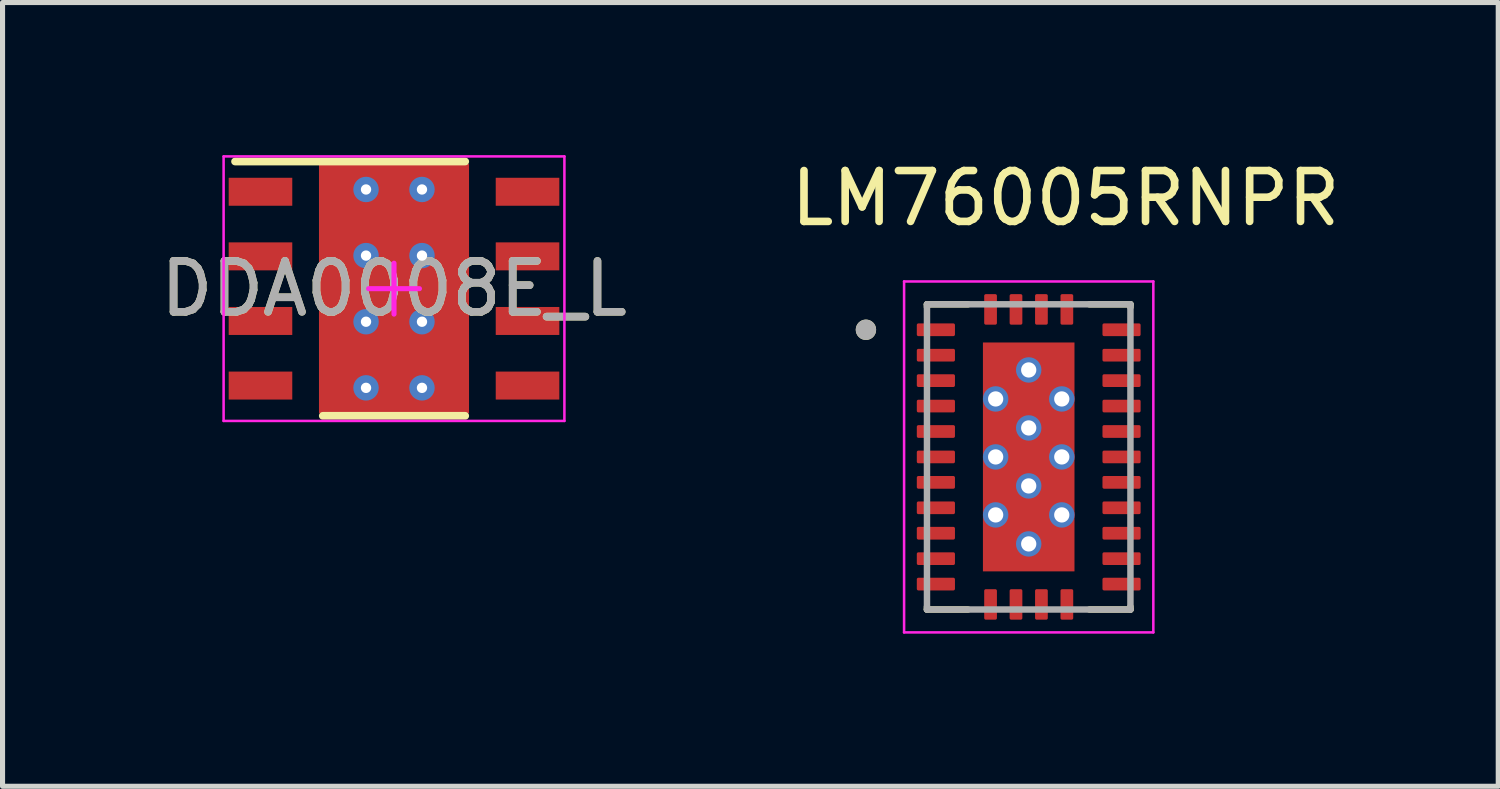
<source format=kicad_pcb>
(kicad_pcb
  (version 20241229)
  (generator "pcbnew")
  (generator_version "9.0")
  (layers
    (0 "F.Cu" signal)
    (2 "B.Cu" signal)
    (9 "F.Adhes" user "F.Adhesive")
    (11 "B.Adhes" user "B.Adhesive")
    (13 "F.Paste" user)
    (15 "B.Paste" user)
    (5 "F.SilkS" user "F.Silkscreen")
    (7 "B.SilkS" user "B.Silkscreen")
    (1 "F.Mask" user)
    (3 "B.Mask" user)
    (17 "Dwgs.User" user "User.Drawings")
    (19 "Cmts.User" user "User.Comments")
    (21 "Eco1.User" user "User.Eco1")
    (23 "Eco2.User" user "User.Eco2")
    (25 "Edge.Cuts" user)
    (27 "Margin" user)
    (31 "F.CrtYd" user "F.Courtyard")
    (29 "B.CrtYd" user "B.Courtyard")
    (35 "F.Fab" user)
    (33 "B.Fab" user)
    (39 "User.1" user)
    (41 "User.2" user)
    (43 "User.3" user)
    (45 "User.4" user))
  (footprint "DDA0008E_L"
    (layer "F.Cu")
    (at 4.696 2.625)
    (property "Reference" "DDA0008E_L" (at 0 0 0) (unlocked yes) (layer "F.SilkS") (effects (font (size 1 1) (thickness 0.15))))
    (attr smd)
    (fp_poly (pts (xy -1.2 1.502) (xy -1.2 -1.502) (xy -1.199 -1.511) (xy -1.196 -1.52) (xy -1.192 -1.529) (xy -1.186 -1.536) (xy -1.179 -1.542) (xy -1.17 -1.546) (xy -1.161 -1.549) (xy -1.152 -1.55) (xy 1.152 -1.55) (xy 1.161 -1.549) (xy 1.17 -1.546) (xy 1.179 -1.542) (xy 1.186 -1.536) (xy 1.192 -1.529) (xy 1.196 -1.52) (xy 1.199 -1.511) (xy 1.2 -1.502) (xy 1.2 1.502) (xy 1.199 1.511) (xy 1.196 1.52) (xy 1.192 1.529) (xy 1.186 1.536) (xy 1.179 1.542) (xy 1.17 1.546) (xy 1.161 1.549) (xy 1.152 1.55) (xy -1.152 1.55) (xy -1.161 1.549) (xy -1.17 1.546) (xy -1.179 1.542) (xy -1.186 1.536) (xy -1.192 1.529) (xy -1.196 1.52) (xy -1.199 1.511)) (stroke (width 0) (type solid)) (fill yes) (layer "F.Mask"))
    (fp_line (start -3.125 -2.5) (end 1.4 -2.5) (stroke (width 0.152) (type solid)) (layer "F.SilkS"))
    (fp_line (start -1.4 2.5) (end 1.4 2.5) (stroke (width 0.152) (type solid)) (layer "F.SilkS"))
    (fp_poly (pts (xy -1.2 1.502) (xy -1.2 -1.502) (xy -1.199 -1.511) (xy -1.196 -1.52) (xy -1.192 -1.529) (xy -1.186 -1.536) (xy -1.179 -1.542) (xy -1.17 -1.546) (xy -1.161 -1.549) (xy -1.152 -1.55) (xy 1.152 -1.55) (xy 1.161 -1.549) (xy 1.17 -1.546) (xy 1.179 -1.542) (xy 1.186 -1.536) (xy 1.192 -1.529) (xy 1.196 -1.52) (xy 1.199 -1.511) (xy 1.2 -1.502) (xy 1.2 1.502) (xy 1.199 1.511) (xy 1.196 1.52) (xy 1.192 1.529) (xy 1.186 1.536) (xy 1.179 1.542) (xy 1.17 1.546) (xy 1.161 1.549) (xy 1.152 1.55) (xy -1.152 1.55) (xy -1.161 1.549) (xy -1.17 1.546) (xy -1.179 1.542) (xy -1.186 1.536) (xy -1.192 1.529) (xy -1.196 1.52) (xy -1.199 1.511)) (stroke (width 0) (type solid)) (fill yes) (layer "F.Paste"))
    (fp_line (start -3.35 -2.6) (end 3.35 -2.6) (stroke (width 0.05) (type solid)) (layer "F.CrtYd"))
    (fp_line (start -3.35 2.6) (end -3.35 -2.6) (stroke (width 0.05) (type solid)) (layer "F.CrtYd"))
    (fp_line (start -3.35 2.6) (end 3.35 2.6) (stroke (width 0.05) (type solid)) (layer "F.CrtYd"))
    (fp_line (start -0.5 0) (end 0.5 0) (stroke (width 0.1) (type solid)) (layer "F.CrtYd"))
    (fp_line (start 0 0.5) (end 0 -0.5) (stroke (width 0.1) (type solid)) (layer "F.CrtYd"))
    (fp_line (start 3.35 2.6) (end 3.35 -2.6) (stroke (width 0.05) (type solid)) (layer "F.CrtYd"))
    (fp_text user "${REFERENCE}" (at 0 0 0) (unlocked yes) (layer "F.Fab") (effects (font (size 1 1) (thickness 0.15))))
    (pad "1" smd rect (at -2.625 -1.905 90) (size 0.55 1.25) (layers "F.Cu" "F.Mask" "F.Paste"))
    (pad "2" smd rect (at -2.625 -0.635 90) (size 0.55 1.25) (layers "F.Cu" "F.Mask" "F.Paste"))
    (pad "3" smd rect (at -2.625 0.635 90) (size 0.55 1.25) (layers "F.Cu" "F.Mask" "F.Paste"))
    (pad "4" smd rect (at -2.625 1.905 90) (size 0.55 1.25) (layers "F.Cu" "F.Mask" "F.Paste"))
    (pad "5" smd rect (at 2.625 1.905 90) (size 0.55 1.25) (layers "F.Cu" "F.Mask" "F.Paste"))
    (pad "6" smd rect (at 2.625 0.635 90) (size 0.55 1.25) (layers "F.Cu" "F.Mask" "F.Paste"))
    (pad "7" smd rect (at 2.625 -0.635 90) (size 0.55 1.25) (layers "F.Cu" "F.Mask" "F.Paste"))
    (pad "8" smd rect (at 2.625 -1.905 90) (size 0.55 1.25) (layers "F.Cu" "F.Mask" "F.Paste"))
    (pad "9" smd rect (at 0 0) (size 2.95 4.9) (layers "F.Cu"))
    (pad "10" thru_hole circle (at 0.55 1.95) (size 0.5 0.5) (drill 0.203) (layers "*.Cu" "*.Mask"))
    (pad "11" thru_hole circle (at -0.55 1.95) (size 0.5 0.5) (drill 0.203) (layers "*.Cu" "*.Mask"))
    (pad "12" thru_hole circle (at -0.55 -1.95) (size 0.5 0.5) (drill 0.203) (layers "*.Cu" "*.Mask"))
    (pad "13" thru_hole circle (at 0.55 -1.95) (size 0.5 0.5) (drill 0.203) (layers "*.Cu" "*.Mask"))
    (pad "14" thru_hole circle (at 0.55 0.65) (size 0.5 0.5) (drill 0.203) (layers "*.Cu" "*.Mask"))
    (pad "15" thru_hole circle (at -0.55 0.65) (size 0.5 0.5) (drill 0.203) (layers "*.Cu" "*.Mask"))
    (pad "16" thru_hole circle (at 0.55 -0.65) (size 0.5 0.5) (drill 0.203) (layers "*.Cu" "*.Mask"))
    (pad "17" thru_hole circle (at -0.55 -0.65) (size 0.5 0.5) (drill 0.203) (layers "*.Cu" "*.Mask")))
  (footprint "LM76005RNPR"
    (layer "F.Cu")
    (at 17.174 5.933)
    (property "Reference" "LM76005RNPR" (at 0.725 -5.085 0) (layer "F.SilkS") (effects (font (size 1 1) (thickness 0.15))))
    (attr smd)
    (fp_line (start -2 -2.945) (end -2 -3) (stroke (width 0.127) (type solid)) (layer "F.SilkS"))
    (fp_line (start -2 3) (end -2 2.945) (stroke (width 0.127) (type solid)) (layer "F.SilkS"))
    (fp_line (start -1.195 -3) (end -2 -3) (stroke (width 0.127) (type solid)) (layer "F.SilkS"))
    (fp_line (start -1.195 3) (end -2 3) (stroke (width 0.127) (type solid)) (layer "F.SilkS"))
    (fp_line (start 2 -3) (end 1.195 -3) (stroke (width 0.127) (type solid)) (layer "F.SilkS"))
    (fp_line (start 2 -2.945) (end 2 -3) (stroke (width 0.127) (type solid)) (layer "F.SilkS"))
    (fp_line (start 2 3) (end 1.195 3) (stroke (width 0.127) (type solid)) (layer "F.SilkS"))
    (fp_line (start 2 3) (end 2 2.945) (stroke (width 0.127) (type solid)) (layer "F.SilkS"))
    (fp_circle (center -3.2 -2.5) (end -3.1 -2.5) (stroke (width 0.2) (type solid)) (fill no) (layer "F.SilkS"))
    (fp_poly (pts (xy -0.9 0.1) (xy -0.1 0.1) (xy -0.1 1.04) (xy -0.9 1.04)) (stroke (width 0.01) (type solid)) (fill yes) (layer "F.Paste"))
    (fp_poly (pts (xy -0.9 1.24) (xy -0.1 1.24) (xy -0.1 2.18) (xy -0.9 2.18)) (stroke (width 0.01) (type solid)) (fill yes) (layer "F.Paste"))
    (fp_poly (pts (xy -0.89 -2.18) (xy -0.09 -2.18) (xy -0.09 -1.24) (xy -0.89 -1.24)) (stroke (width 0.01) (type solid)) (fill yes) (layer "F.Paste"))
    (fp_poly (pts (xy -0.89 -1.04) (xy -0.09 -1.04) (xy -0.09 -0.1) (xy -0.89 -0.1)) (stroke (width 0.01) (type solid)) (fill yes) (layer "F.Paste"))
    (fp_poly (pts (xy 0.1 0.1) (xy 0.9 0.1) (xy 0.9 1.04) (xy 0.1 1.04)) (stroke (width 0.01) (type solid)) (fill yes) (layer "F.Paste"))
    (fp_poly (pts (xy 0.1 1.24) (xy 0.9 1.24) (xy 0.9 2.18) (xy 0.1 2.18)) (stroke (width 0.01) (type solid)) (fill yes) (layer "F.Paste"))
    (fp_poly (pts (xy 0.11 -2.18) (xy 0.91 -2.18) (xy 0.91 -1.24) (xy 0.11 -1.24)) (stroke (width 0.01) (type solid)) (fill yes) (layer "F.Paste"))
    (fp_poly (pts (xy 0.11 -1.04) (xy 0.91 -1.04) (xy 0.91 -0.1) (xy 0.11 -0.1)) (stroke (width 0.01) (type solid)) (fill yes) (layer "F.Paste"))
    (fp_line (start -2.45 -3.45) (end -2.45 3.45) (stroke (width 0.05) (type solid)) (layer "F.CrtYd"))
    (fp_line (start -2.45 3.45) (end 2.45 3.45) (stroke (width 0.05) (type solid)) (layer "F.CrtYd"))
    (fp_line (start 2.45 -3.45) (end -2.45 -3.45) (stroke (width 0.05) (type solid)) (layer "F.CrtYd"))
    (fp_line (start 2.45 3.45) (end 2.45 -3.45) (stroke (width 0.05) (type solid)) (layer "F.CrtYd"))
    (fp_line (start -2 3) (end -2 -3) (stroke (width 0.127) (type solid)) (layer "F.Fab"))
    (fp_line (start 2 -3) (end -2 -3) (stroke (width 0.127) (type solid)) (layer "F.Fab"))
    (fp_line (start 2 3) (end -2 3) (stroke (width 0.127) (type solid)) (layer "F.Fab"))
    (fp_line (start 2 3) (end 2 -3) (stroke (width 0.127) (type solid)) (layer "F.Fab"))
    (fp_circle (center -3.2 -2.5) (end -3.1 -2.5) (stroke (width 0.2) (type solid)) (fill no) (layer "F.Fab"))
    (pad "1" smd roundrect (at -1.825 -2.5) (size 0.75 0.25) (layers "F.Cu" "F.Mask" "F.Paste") (roundrect_rratio 0.125))
    (pad "2" smd roundrect (at -1.825 -2) (size 0.75 0.25) (layers "F.Cu" "F.Mask" "F.Paste") (roundrect_rratio 0.125))
    (pad "3" smd roundrect (at -1.825 -1.5) (size 0.75 0.25) (layers "F.Cu" "F.Mask" "F.Paste") (roundrect_rratio 0.125))
    (pad "4" smd roundrect (at -1.825 -1) (size 0.75 0.25) (layers "F.Cu" "F.Mask" "F.Paste") (roundrect_rratio 0.125))
    (pad "5" smd roundrect (at -1.825 -0.5) (size 0.75 0.25) (layers "F.Cu" "F.Mask" "F.Paste") (roundrect_rratio 0.125))
    (pad "6" smd roundrect (at -1.825 0) (size 0.75 0.25) (layers "F.Cu" "F.Mask" "F.Paste") (roundrect_rratio 0.125))
    (pad "7" smd roundrect (at -1.825 0.5) (size 0.75 0.25) (layers "F.Cu" "F.Mask" "F.Paste") (roundrect_rratio 0.125))
    (pad "8" smd roundrect (at -1.825 1) (size 0.75 0.25) (layers "F.Cu" "F.Mask" "F.Paste") (roundrect_rratio 0.125))
    (pad "9" smd roundrect (at -1.825 1.5) (size 0.75 0.25) (layers "F.Cu" "F.Mask" "F.Paste") (roundrect_rratio 0.125))
    (pad "10" smd roundrect (at -1.825 2) (size 0.75 0.25) (layers "F.Cu" "F.Mask" "F.Paste") (roundrect_rratio 0.125))
    (pad "11" smd roundrect (at -1.825 2.5) (size 0.75 0.25) (layers "F.Cu" "F.Mask" "F.Paste") (roundrect_rratio 0.125))
    (pad "12" smd roundrect (at -0.75 2.9) (size 0.25 0.6) (layers "F.Cu" "F.Mask" "F.Paste") (roundrect_rratio 0.125))
    (pad "13" smd roundrect (at -0.25 2.9) (size 0.25 0.6) (layers "F.Cu" "F.Mask" "F.Paste") (roundrect_rratio 0.125))
    (pad "14" smd roundrect (at 0.25 2.9) (size 0.25 0.6) (layers "F.Cu" "F.Mask" "F.Paste") (roundrect_rratio 0.125))
    (pad "15" smd roundrect (at 0.75 2.9) (size 0.25 0.6) (layers "F.Cu" "F.Mask" "F.Paste") (roundrect_rratio 0.125))
    (pad "16" smd roundrect (at 1.825 2.5) (size 0.75 0.25) (layers "F.Cu" "F.Mask" "F.Paste") (roundrect_rratio 0.125))
    (pad "17" smd roundrect (at 1.825 2) (size 0.75 0.25) (layers "F.Cu" "F.Mask" "F.Paste") (roundrect_rratio 0.125))
    (pad "18" smd roundrect (at 1.825 1.5) (size 0.75 0.25) (layers "F.Cu" "F.Mask" "F.Paste") (roundrect_rratio 0.125))
    (pad "19" smd roundrect (at 1.825 1) (size 0.75 0.25) (layers "F.Cu" "F.Mask" "F.Paste") (roundrect_rratio 0.125))
    (pad "20" smd roundrect (at 1.825 0.5) (size 0.75 0.25) (layers "F.Cu" "F.Mask" "F.Paste") (roundrect_rratio 0.125))
    (pad "21" smd roundrect (at 1.825 0) (size 0.75 0.25) (layers "F.Cu" "F.Mask" "F.Paste") (roundrect_rratio 0.125))
    (pad "22" smd roundrect (at 1.825 -0.5) (size 0.75 0.25) (layers "F.Cu" "F.Mask" "F.Paste") (roundrect_rratio 0.125))
    (pad "23" smd roundrect (at 1.825 -1) (size 0.75 0.25) (layers "F.Cu" "F.Mask" "F.Paste") (roundrect_rratio 0.125))
    (pad "24" smd roundrect (at 1.825 -1.5) (size 0.75 0.25) (layers "F.Cu" "F.Mask" "F.Paste") (roundrect_rratio 0.125))
    (pad "25" smd roundrect (at 1.825 -2) (size 0.75 0.25) (layers "F.Cu" "F.Mask" "F.Paste") (roundrect_rratio 0.125))
    (pad "26" smd roundrect (at 1.825 -2.5) (size 0.75 0.25) (layers "F.Cu" "F.Mask" "F.Paste") (roundrect_rratio 0.125))
    (pad "27" smd roundrect (at 0.75 -2.9) (size 0.25 0.6) (layers "F.Cu" "F.Mask" "F.Paste") (roundrect_rratio 0.125))
    (pad "28" smd roundrect (at 0.25 -2.9) (size 0.25 0.6) (layers "F.Cu" "F.Mask" "F.Paste") (roundrect_rratio 0.125))
    (pad "29" smd roundrect (at -0.25 -2.9) (size 0.25 0.6) (layers "F.Cu" "F.Mask" "F.Paste") (roundrect_rratio 0.125))
    (pad "30" smd roundrect (at -0.75 -2.9) (size 0.25 0.6) (layers "F.Cu" "F.Mask" "F.Paste") (roundrect_rratio 0.125))
    (pad "31" thru_hole circle (at -0.65 -1.14) (size 0.5 0.5) (drill 0.3) (layers "*.Cu"))
    (pad "31" thru_hole circle (at -0.65 0) (size 0.5 0.5) (drill 0.3) (layers "*.Cu"))
    (pad "31" thru_hole circle (at -0.65 1.14) (size 0.5 0.5) (drill 0.3) (layers "*.Cu"))
    (pad "31" thru_hole circle (at 0 -1.71) (size 0.5 0.5) (drill 0.3) (layers "*.Cu"))
    (pad "31" thru_hole circle (at 0 -0.57) (size 0.5 0.5) (drill 0.3) (layers "*.Cu"))
    (pad "31" smd rect (at 0 0) (size 1.8 4.5) (layers "F.Cu" "F.Mask"))
    (pad "31" thru_hole circle (at 0 0.57) (size 0.5 0.5) (drill 0.3) (layers "*.Cu"))
    (pad "31" thru_hole circle (at 0 1.71) (size 0.5 0.5) (drill 0.3) (layers "*.Cu"))
    (pad "31" thru_hole circle (at 0.65 -1.14) (size 0.5 0.5) (drill 0.3) (layers "*.Cu"))
    (pad "31" thru_hole circle (at 0.65 0) (size 0.5 0.5) (drill 0.3) (layers "*.Cu"))
    (pad "31" thru_hole circle (at 0.65 1.14) (size 0.5 0.5) (drill 0.3) (layers "*.Cu")))
  (gr_rect
    (start -3 -3)
    (end 26.405 12.408)
    (stroke (width 0.1) (type default))
    (fill no)
    (layer "Edge.Cuts")))
</source>
